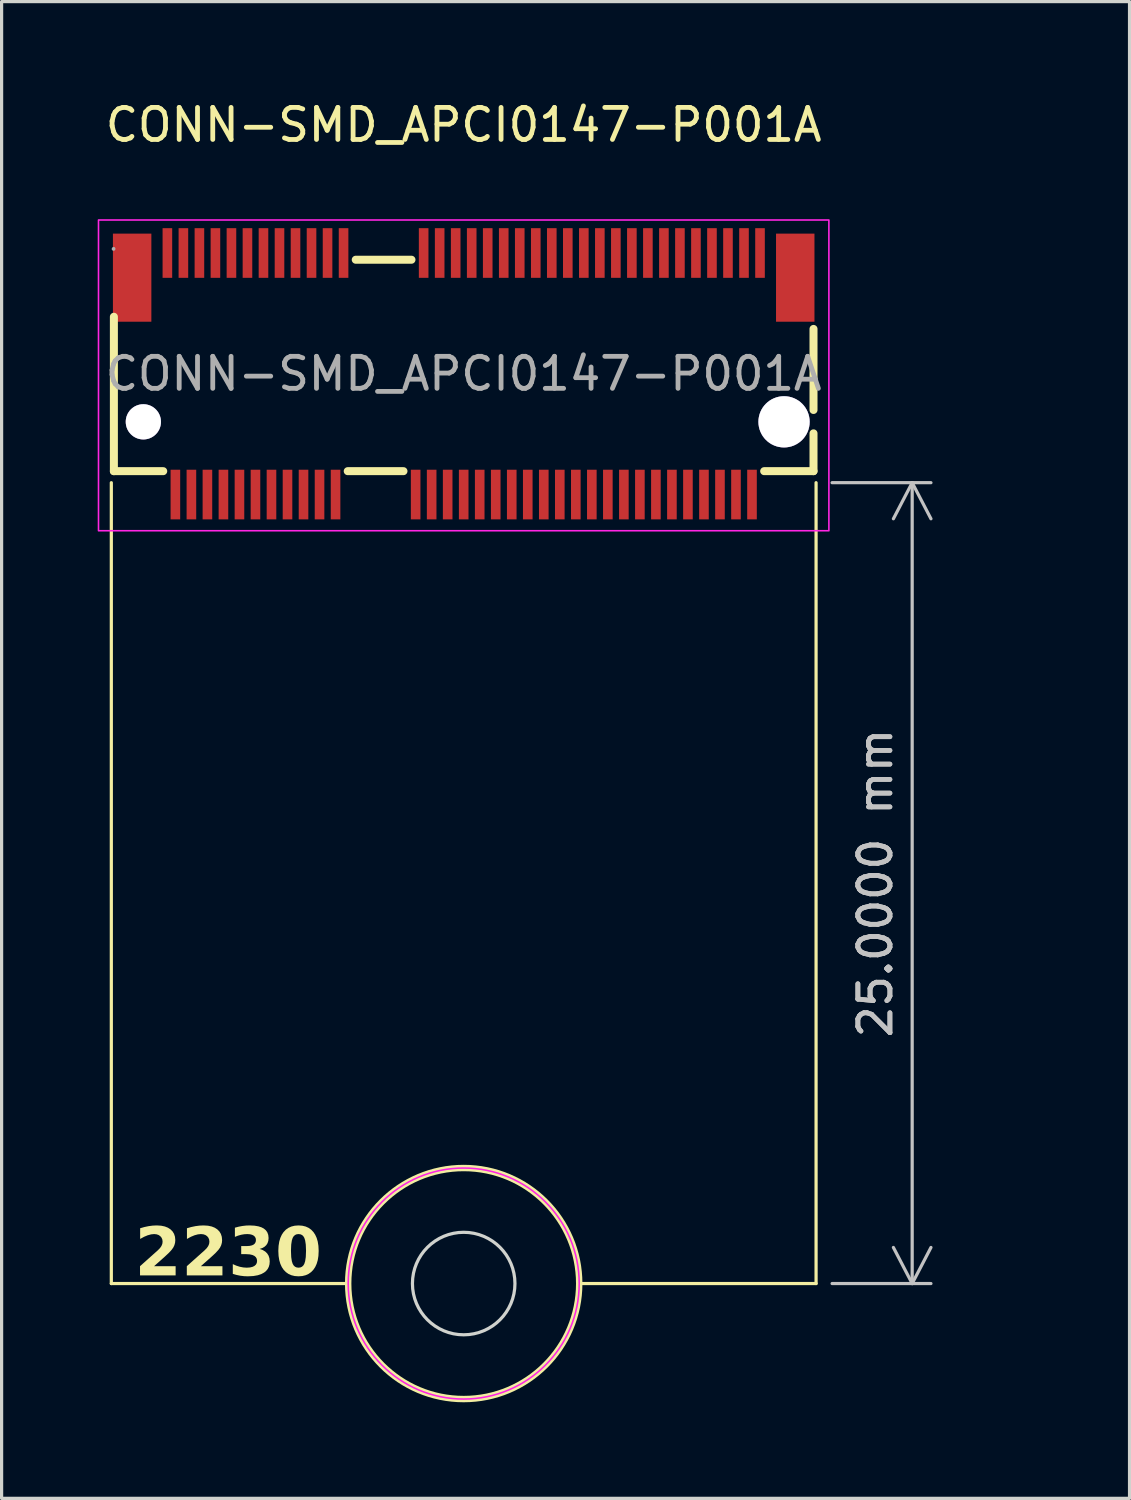
<source format=kicad_pcb>
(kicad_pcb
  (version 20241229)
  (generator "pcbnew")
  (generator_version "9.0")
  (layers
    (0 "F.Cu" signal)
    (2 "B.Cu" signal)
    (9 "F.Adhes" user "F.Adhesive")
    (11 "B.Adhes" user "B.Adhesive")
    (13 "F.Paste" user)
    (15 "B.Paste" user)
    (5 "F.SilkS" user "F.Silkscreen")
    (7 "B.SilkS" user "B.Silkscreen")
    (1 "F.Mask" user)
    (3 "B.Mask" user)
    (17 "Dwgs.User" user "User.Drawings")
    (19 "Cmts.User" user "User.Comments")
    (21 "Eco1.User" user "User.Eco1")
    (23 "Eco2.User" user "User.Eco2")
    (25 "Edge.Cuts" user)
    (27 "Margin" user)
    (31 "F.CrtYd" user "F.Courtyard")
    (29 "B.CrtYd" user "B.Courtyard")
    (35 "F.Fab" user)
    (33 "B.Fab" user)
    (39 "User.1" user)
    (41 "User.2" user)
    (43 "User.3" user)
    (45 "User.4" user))
  (footprint "CONN-SMD_APCI0147-P001A"
    (layer "F.Cu")
    (at 11.425 8.618)
    (property "Reference" "CONN-SMD_APCI0147-P001A" (at 0 -7.77 0) (layer "F.SilkS") (effects (font (size 1 1) (thickness 0.15))))
    (attr smd)
    (fp_line (start -11 3.4) (end -11 28.4) (stroke (width 0.1) (type default)) (layer "F.SilkS"))
    (fp_line (start -10.92 -1.78) (end -10.92 3.04) (stroke (width 0.25) (type solid)) (layer "F.SilkS"))
    (fp_line (start -10.92 3.04) (end -9.38 3.04) (stroke (width 0.25) (type solid)) (layer "F.SilkS"))
    (fp_line (start -3.62 3.04) (end -1.88 3.04) (stroke (width 0.25) (type solid)) (layer "F.SilkS"))
    (fp_line (start -3.606 28.4) (end -11 28.4) (stroke (width 0.1) (type default)) (layer "F.SilkS"))
    (fp_line (start -3.37 -3.56) (end -1.63 -3.56) (stroke (width 0.25) (type solid)) (layer "F.SilkS"))
    (fp_line (start 3.606 28.4) (end 11 28.4) (stroke (width 0.1) (type default)) (layer "F.SilkS"))
    (fp_line (start 9.38 3.04) (end 10.92 3.04) (stroke (width 0.25) (type solid)) (layer "F.SilkS"))
    (fp_line (start 10.92 -1.4) (end 10.92 1.13) (stroke (width 0.25) (type solid)) (layer "F.SilkS"))
    (fp_line (start 10.92 3.04) (end 10.92 1.86) (stroke (width 0.25) (type solid)) (layer "F.SilkS"))
    (fp_line (start 11 28.4) (end 11 3.4) (stroke (width 0.1) (type default)) (layer "F.SilkS"))
    (fp_circle (center 0 28.4) (end 3.606 28.4) (stroke (width 0.2) (type default)) (fill no) (layer "F.SilkS"))
    (fp_circle (center -10 1.5) (end -9.76 1.5) (stroke (width 0.48) (type solid)) (fill no) (layer "Cmts.User"))
    (fp_circle (center 10 1.5) (end 10.36 1.5) (stroke (width 0.72) (type solid)) (fill no) (layer "Cmts.User"))
    (fp_circle (center 0 28.4) (end 1.6 28.4) (stroke (width 0.1) (type default)) (fill no) (layer "Edge.Cuts"))
    (fp_rect (start -11.4 -4.8) (end 11.4 4.9) (stroke (width 0.05) (type default)) (fill no) (layer "F.CrtYd"))
    (fp_circle (center 0 28.4) (end 3 26.4) (stroke (width 0.05) (type default)) (fill no) (layer "F.CrtYd"))
    (fp_circle (center -10.93 -3.9) (end -10.9 -3.9) (stroke (width 0.06) (type solid)) (fill no) (layer "F.Fab"))
    (fp_text user " 2230" (at -11 28.4 0) (unlocked yes) (layer "F.SilkS") (effects (font (face "JetBrains Mono NL ExtraBold") (size 1.5 1.5) (thickness 0.1)) (justify left bottom)))
    (fp_text user "${REFERENCE}" (at 0 0 0) (layer "F.Fab") (effects (font (size 1 1) (thickness 0.15))))
    (dimension (type aligned) (layer "Dwgs.User") (pts (xy 22.425 12.018) (xy 22.425 37.018)) (height -3) (format (prefix "") (suffix "") (units 3) (units_format 1) (precision 4)) (style (thickness 0.1) (arrow_length 1.27) (text_position_mode 0) (arrow_direction outward) (extension_height 0.586) (extension_offset 0.5) (keep_text_aligned yes)) (gr_text "25.0000 mm" (at 24.275 24.518 90) (layer "Dwgs.User") (effects (font (size 1 1) (thickness 0.15)))))
    (pad "" thru_hole circle (at -10 1.5) (size 1.1 1.1) (drill 1.1) (layers "*.Cu" "*.Mask"))
    (pad "" thru_hole circle (at 10 1.5) (size 1.6 1.6) (drill 1.6) (layers "*.Cu" "*.Mask"))
    (pad "1" smd rect (at -9.25 -3.77) (size 0.3 1.55) (layers "F.Cu" "F.Mask" "F.Paste"))
    (pad "2" smd rect (at -9 3.77) (size 0.3 1.55) (layers "F.Cu" "F.Mask" "F.Paste"))
    (pad "3" smd rect (at -8.75 -3.77) (size 0.3 1.55) (layers "F.Cu" "F.Mask" "F.Paste"))
    (pad "4" smd rect (at -8.5 3.77) (size 0.3 1.55) (layers "F.Cu" "F.Mask" "F.Paste"))
    (pad "5" smd rect (at -8.25 -3.77) (size 0.3 1.55) (layers "F.Cu" "F.Mask" "F.Paste"))
    (pad "6" smd rect (at -8 3.77) (size 0.3 1.55) (layers "F.Cu" "F.Mask" "F.Paste"))
    (pad "7" smd rect (at -7.75 -3.77) (size 0.3 1.55) (layers "F.Cu" "F.Mask" "F.Paste"))
    (pad "8" smd rect (at -7.5 3.77) (size 0.3 1.55) (layers "F.Cu" "F.Mask" "F.Paste"))
    (pad "9" smd rect (at -7.25 -3.77) (size 0.3 1.55) (layers "F.Cu" "F.Mask" "F.Paste"))
    (pad "10" smd rect (at -7 3.77) (size 0.3 1.55) (layers "F.Cu" "F.Mask" "F.Paste"))
    (pad "11" smd rect (at -6.75 -3.77) (size 0.3 1.55) (layers "F.Cu" "F.Mask" "F.Paste"))
    (pad "12" smd rect (at -6.5 3.77) (size 0.3 1.55) (layers "F.Cu" "F.Mask" "F.Paste"))
    (pad "13" smd rect (at -6.25 -3.77) (size 0.3 1.55) (layers "F.Cu" "F.Mask" "F.Paste"))
    (pad "14" smd rect (at -6 3.77) (size 0.3 1.55) (layers "F.Cu" "F.Mask" "F.Paste"))
    (pad "15" smd rect (at -5.75 -3.77) (size 0.3 1.55) (layers "F.Cu" "F.Mask" "F.Paste"))
    (pad "16" smd rect (at -5.5 3.77) (size 0.3 1.55) (layers "F.Cu" "F.Mask" "F.Paste"))
    (pad "17" smd rect (at -5.25 -3.77) (size 0.3 1.55) (layers "F.Cu" "F.Mask" "F.Paste"))
    (pad "18" smd rect (at -5 3.77) (size 0.3 1.55) (layers "F.Cu" "F.Mask" "F.Paste"))
    (pad "19" smd rect (at -4.75 -3.77) (size 0.3 1.55) (layers "F.Cu" "F.Mask" "F.Paste"))
    (pad "20" smd rect (at -4.5 3.77) (size 0.3 1.55) (layers "F.Cu" "F.Mask" "F.Paste"))
    (pad "21" smd rect (at -4.25 -3.77) (size 0.3 1.55) (layers "F.Cu" "F.Mask" "F.Paste"))
    (pad "22" smd rect (at -4 3.77) (size 0.3 1.55) (layers "F.Cu" "F.Mask" "F.Paste"))
    (pad "23" smd rect (at -3.75 -3.77) (size 0.3 1.55) (layers "F.Cu" "F.Mask" "F.Paste"))
    (pad "32" smd rect (at -1.5 3.77) (size 0.3 1.55) (layers "F.Cu" "F.Mask" "F.Paste"))
    (pad "33" smd rect (at -1.25 -3.77) (size 0.3 1.55) (layers "F.Cu" "F.Mask" "F.Paste"))
    (pad "34" smd rect (at -1 3.77) (size 0.3 1.55) (layers "F.Cu" "F.Mask" "F.Paste"))
    (pad "35" smd rect (at -0.75 -3.77) (size 0.3 1.55) (layers "F.Cu" "F.Mask" "F.Paste"))
    (pad "36" smd rect (at -0.5 3.77) (size 0.3 1.55) (layers "F.Cu" "F.Mask" "F.Paste"))
    (pad "37" smd rect (at -0.25 -3.77) (size 0.3 1.55) (layers "F.Cu" "F.Mask" "F.Paste"))
    (pad "38" smd rect (at 0 3.77) (size 0.3 1.55) (layers "F.Cu" "F.Mask" "F.Paste"))
    (pad "39" smd rect (at 0.25 -3.77) (size 0.3 1.55) (layers "F.Cu" "F.Mask" "F.Paste"))
    (pad "40" smd rect (at 0.5 3.77) (size 0.3 1.55) (layers "F.Cu" "F.Mask" "F.Paste"))
    (pad "41" smd rect (at 0.75 -3.77) (size 0.3 1.55) (layers "F.Cu" "F.Mask" "F.Paste"))
    (pad "42" smd rect (at 1 3.77) (size 0.3 1.55) (layers "F.Cu" "F.Mask" "F.Paste"))
    (pad "43" smd rect (at 1.25 -3.77) (size 0.3 1.55) (layers "F.Cu" "F.Mask" "F.Paste"))
    (pad "44" smd rect (at 1.5 3.77) (size 0.3 1.55) (layers "F.Cu" "F.Mask" "F.Paste"))
    (pad "45" smd rect (at 1.75 -3.77) (size 0.3 1.55) (layers "F.Cu" "F.Mask" "F.Paste"))
    (pad "46" smd rect (at 2 3.77) (size 0.3 1.55) (layers "F.Cu" "F.Mask" "F.Paste"))
    (pad "47" smd rect (at 2.25 -3.77) (size 0.3 1.55) (layers "F.Cu" "F.Mask" "F.Paste"))
    (pad "48" smd rect (at 2.5 3.77) (size 0.3 1.55) (layers "F.Cu" "F.Mask" "F.Paste"))
    (pad "49" smd rect (at 2.75 -3.77) (size 0.3 1.55) (layers "F.Cu" "F.Mask" "F.Paste"))
    (pad "50" smd rect (at 3 3.77) (size 0.3 1.55) (layers "F.Cu" "F.Mask" "F.Paste"))
    (pad "51" smd rect (at 3.25 -3.77) (size 0.3 1.55) (layers "F.Cu" "F.Mask" "F.Paste"))
    (pad "52" smd rect (at 3.5 3.77) (size 0.3 1.55) (layers "F.Cu" "F.Mask" "F.Paste"))
    (pad "53" smd rect (at 3.75 -3.77) (size 0.3 1.55) (layers "F.Cu" "F.Mask" "F.Paste"))
    (pad "54" smd rect (at 4 3.77) (size 0.3 1.55) (layers "F.Cu" "F.Mask" "F.Paste"))
    (pad "55" smd rect (at 4.25 -3.77) (size 0.3 1.55) (layers "F.Cu" "F.Mask" "F.Paste"))
    (pad "56" smd rect (at 4.5 3.77) (size 0.3 1.55) (layers "F.Cu" "F.Mask" "F.Paste"))
    (pad "57" smd rect (at 4.75 -3.77) (size 0.3 1.55) (layers "F.Cu" "F.Mask" "F.Paste"))
    (pad "58" smd rect (at 5 3.77) (size 0.3 1.55) (layers "F.Cu" "F.Mask" "F.Paste"))
    (pad "59" smd rect (at 5.25 -3.77) (size 0.3 1.55) (layers "F.Cu" "F.Mask" "F.Paste"))
    (pad "60" smd rect (at 5.5 3.77) (size 0.3 1.55) (layers "F.Cu" "F.Mask" "F.Paste"))
    (pad "61" smd rect (at 5.75 -3.77) (size 0.3 1.55) (layers "F.Cu" "F.Mask" "F.Paste"))
    (pad "62" smd rect (at 6 3.77) (size 0.3 1.55) (layers "F.Cu" "F.Mask" "F.Paste"))
    (pad "63" smd rect (at 6.25 -3.77) (size 0.3 1.55) (layers "F.Cu" "F.Mask" "F.Paste"))
    (pad "64" smd rect (at 6.5 3.77) (size 0.3 1.55) (layers "F.Cu" "F.Mask" "F.Paste"))
    (pad "65" smd rect (at 6.75 -3.77) (size 0.3 1.55) (layers "F.Cu" "F.Mask" "F.Paste"))
    (pad "66" smd rect (at 7 3.77) (size 0.3 1.55) (layers "F.Cu" "F.Mask" "F.Paste"))
    (pad "67" smd rect (at 7.25 -3.77) (size 0.3 1.55) (layers "F.Cu" "F.Mask" "F.Paste"))
    (pad "68" smd rect (at 7.5 3.77) (size 0.3 1.55) (layers "F.Cu" "F.Mask" "F.Paste"))
    (pad "69" smd rect (at 7.75 -3.77) (size 0.3 1.55) (layers "F.Cu" "F.Mask" "F.Paste"))
    (pad "70" smd rect (at 8 3.77) (size 0.3 1.55) (layers "F.Cu" "F.Mask" "F.Paste"))
    (pad "71" smd rect (at 8.25 -3.77) (size 0.3 1.55) (layers "F.Cu" "F.Mask" "F.Paste"))
    (pad "72" smd rect (at 8.5 3.77) (size 0.3 1.55) (layers "F.Cu" "F.Mask" "F.Paste"))
    (pad "73" smd rect (at 8.75 -3.77) (size 0.3 1.55) (layers "F.Cu" "F.Mask" "F.Paste"))
    (pad "74" smd rect (at 9 3.77) (size 0.3 1.55) (layers "F.Cu" "F.Mask" "F.Paste"))
    (pad "75" smd rect (at 9.25 -3.77) (size 0.3 1.55) (layers "F.Cu" "F.Mask" "F.Paste"))
    (pad "76" smd rect (at -10.35 -3) (size 1.2 2.75) (layers "F.Cu" "F.Mask" "F.Paste"))
    (pad "77" smd rect (at 10.35 -3) (size 1.2 2.75) (layers "F.Cu" "F.Mask" "F.Paste")))
  (gr_rect
    (start -3 -3)
    (end 32.21 43.724)
    (stroke (width 0.1) (type default))
    (fill no)
    (layer "Edge.Cuts")))
</source>
